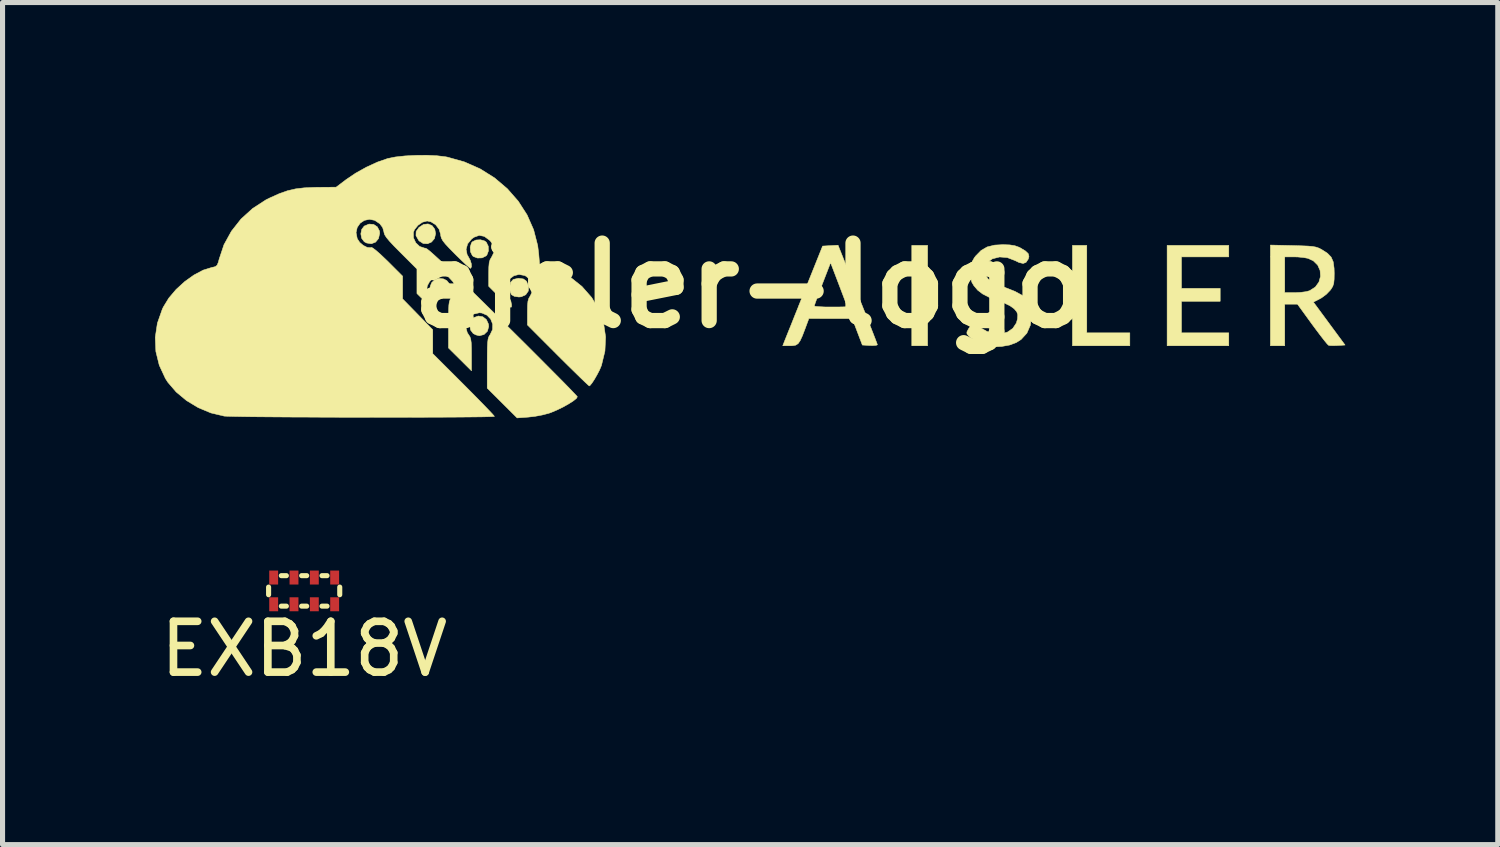
<source format=kicad_pcb>
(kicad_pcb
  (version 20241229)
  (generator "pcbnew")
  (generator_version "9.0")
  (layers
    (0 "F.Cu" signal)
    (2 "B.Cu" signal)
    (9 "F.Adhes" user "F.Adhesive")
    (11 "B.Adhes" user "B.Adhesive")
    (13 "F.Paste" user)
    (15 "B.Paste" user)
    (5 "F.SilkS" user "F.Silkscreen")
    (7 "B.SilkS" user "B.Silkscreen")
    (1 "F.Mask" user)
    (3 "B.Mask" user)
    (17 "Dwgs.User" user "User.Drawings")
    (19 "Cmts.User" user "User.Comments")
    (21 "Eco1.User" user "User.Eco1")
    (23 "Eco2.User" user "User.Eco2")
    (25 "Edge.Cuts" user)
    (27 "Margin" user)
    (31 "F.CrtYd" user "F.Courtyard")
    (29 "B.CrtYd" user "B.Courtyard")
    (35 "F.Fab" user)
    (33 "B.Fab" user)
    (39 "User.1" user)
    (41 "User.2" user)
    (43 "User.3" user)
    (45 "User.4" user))
  (footprint "EXB18V"
    (layer "F.Cu")
    (at 2.935 8.577)
    (property "Reference" "EXB18V" (at 0 1.143 0) (layer "F.SilkS") (effects (font (size 1 1) (thickness 0.15))))
    (attr through_hole)
    (fp_line (start -0.7 -0.075) (end -0.7 0.075) (stroke (width 0.1) (type solid)) (layer "F.SilkS"))
    (fp_line (start -0.45 -0.3) (end -0.35 -0.3) (stroke (width 0.1) (type solid)) (layer "F.SilkS"))
    (fp_line (start -0.45 0.3) (end -0.35 0.3) (stroke (width 0.1) (type solid)) (layer "F.SilkS"))
    (fp_line (start -0.05 -0.3) (end 0.05 -0.3) (stroke (width 0.1) (type solid)) (layer "F.SilkS"))
    (fp_line (start -0.05 0.3) (end 0.05 0.3) (stroke (width 0.1) (type solid)) (layer "F.SilkS"))
    (fp_line (start 0.35 -0.3) (end 0.45 -0.3) (stroke (width 0.1) (type solid)) (layer "F.SilkS"))
    (fp_line (start 0.35 0.3) (end 0.45 0.3) (stroke (width 0.1) (type solid)) (layer "F.SilkS"))
    (fp_line (start 0.7 -0.075) (end 0.7 0.075) (stroke (width 0.1) (type solid)) (layer "F.SilkS"))
    (pad "1" smd rect (at -0.6 0.263) (size 0.175 0.275) (layers "F.Cu" "F.Mask" "F.Paste"))
    (pad "2" smd rect (at -0.2 0.263) (size 0.175 0.275) (layers "F.Cu" "F.Mask" "F.Paste"))
    (pad "3" smd rect (at 0.2 0.263) (size 0.175 0.275) (layers "F.Cu" "F.Mask" "F.Paste"))
    (pad "4" smd rect (at 0.6 0.263) (size 0.175 0.275) (layers "F.Cu" "F.Mask" "F.Paste"))
    (pad "5" smd rect (at 0.6 -0.263) (size 0.175 0.275) (layers "F.Cu" "F.Mask" "F.Paste"))
    (pad "6" smd rect (at 0.2 -0.263) (size 0.175 0.275) (layers "F.Cu" "F.Mask" "F.Paste"))
    (pad "7" smd rect (at -0.2 -0.263) (size 0.175 0.275) (layers "F.Cu" "F.Mask" "F.Paste"))
    (pad "8" smd rect (at -0.6 -0.263) (size 0.175 0.275) (layers "F.Cu" "F.Mask" "F.Paste")))
  (footprint "aisler-logo"
    (layer "F.Cu")
    (at 11.702 2.568)
    (property "Reference" "aisler-logo" (at 0 0 0) (layer "F.SilkS") (effects (font (size 1.524 1.524) (thickness 0.3))))
    (attr through_hole)
    (fp_poly (pts (xy 3.5 1.185) (xy 3.189 1.185) (xy 3.189 -0.79) (xy 3.5 -0.79) (xy 3.5 1.185)) (stroke (width 0.01) (type solid)) (fill yes) (layer "F.SilkS"))
    (fp_poly (pts (xy 6.632 0.931) (xy 7.479 0.931) (xy 7.479 1.185) (xy 6.35 1.185) (xy 6.35 -0.79) (xy 6.632 -0.79) (xy 6.632 0.931)) (stroke (width 0.01) (type solid)) (fill yes) (layer "F.SilkS"))
    (fp_poly (pts (xy 9.426 -0.564) (xy 8.495 -0.564) (xy 8.495 0.056) (xy 9.257 0.056) (xy 9.257 0.31) (xy 8.495 0.31) (xy 8.495 0.931) (xy 9.426 0.931) (xy 9.426 1.185) (xy 8.213 1.185) (xy 8.213 -0.79) (xy 9.426 -0.79) (xy 9.426 -0.564)) (stroke (width 0.01) (type solid)) (fill yes) (layer "F.SilkS"))
    (fp_poly (pts (xy -7.4 -1.202) (xy -7.328 -1.155) (xy -7.286 -1.074) (xy -7.281 -1.029) (xy -7.304 -0.925) (xy -7.362 -0.854) (xy -7.445 -0.822) (xy -7.539 -0.837) (xy -7.585 -0.862) (xy -7.635 -0.928) (xy -7.652 -1.016) (xy -7.635 -1.104) (xy -7.585 -1.17) (xy -7.491 -1.209) (xy -7.4 -1.202)) (stroke (width 0.01) (type solid)) (fill yes) (layer "F.SilkS"))
    (fp_poly (pts (xy -6.025 -0.13) (xy -5.961 -0.097) (xy -5.911 -0.035) (xy -5.898 0.044) (xy -5.92 0.147) (xy -5.978 0.218) (xy -6.057 0.25) (xy -6.147 0.237) (xy -6.224 0.185) (xy -6.279 0.1) (xy -6.287 0.016) (xy -6.257 -0.058) (xy -6.198 -0.114) (xy -6.117 -0.141) (xy -6.025 -0.13)) (stroke (width 0.01) (type solid)) (fill yes) (layer "F.SilkS"))
    (fp_poly (pts (xy -6.251 -1.179) (xy -6.197 -1.108) (xy -6.181 -1.021) (xy -6.203 -0.924) (xy -6.261 -0.856) (xy -6.339 -0.822) (xy -6.425 -0.827) (xy -6.504 -0.877) (xy -6.517 -0.893) (xy -6.567 -0.983) (xy -6.564 -1.063) (xy -6.507 -1.144) (xy -6.507 -1.144) (xy -6.418 -1.202) (xy -6.329 -1.212) (xy -6.251 -1.179)) (stroke (width 0.01) (type solid)) (fill yes) (layer "F.SilkS"))
    (fp_poly (pts (xy -5.252 0.615) (xy -5.181 0.671) (xy -5.141 0.759) (xy -5.136 0.805) (xy -5.161 0.899) (xy -5.228 0.964) (xy -5.32 0.988) (xy -5.387 0.972) (xy -5.441 0.944) (xy -5.492 0.877) (xy -5.508 0.789) (xy -5.489 0.701) (xy -5.436 0.634) (xy -5.433 0.633) (xy -5.34 0.6) (xy -5.252 0.615)) (stroke (width 0.01) (type solid)) (fill yes) (layer "F.SilkS"))
    (fp_poly (pts (xy -5.215 -0.876) (xy -5.183 -0.852) (xy -5.145 -0.774) (xy -5.141 -0.682) (xy -5.171 -0.602) (xy -5.188 -0.583) (xy -5.266 -0.544) (xy -5.357 -0.541) (xy -5.437 -0.571) (xy -5.457 -0.588) (xy -5.494 -0.663) (xy -5.5 -0.755) (xy -5.476 -0.836) (xy -5.459 -0.859) (xy -5.388 -0.895) (xy -5.298 -0.9) (xy -5.215 -0.876)) (stroke (width 0.01) (type solid)) (fill yes) (layer "F.SilkS"))
    (fp_poly (pts (xy -4.453 -0.129) (xy -4.396 -0.087) (xy -4.39 -0.078) (xy -4.349 0.019) (xy -4.357 0.109) (xy -4.407 0.181) (xy -4.494 0.221) (xy -4.542 0.226) (xy -4.63 0.213) (xy -4.687 0.181) (xy -4.713 0.122) (xy -4.724 0.043) (xy -4.724 0.042) (xy -4.707 -0.059) (xy -4.654 -0.119) (xy -4.559 -0.141) (xy -4.542 -0.141) (xy -4.453 -0.129)) (stroke (width 0.01) (type solid)) (fill yes) (layer "F.SilkS"))
    (fp_poly (pts (xy 10.689 -0.786) (xy 10.86 -0.781) (xy 10.985 -0.776) (xy 11.075 -0.768) (xy 11.141 -0.756) (xy 11.194 -0.738) (xy 11.244 -0.713) (xy 11.258 -0.705) (xy 11.368 -0.634) (xy 11.44 -0.559) (xy 11.481 -0.466) (xy 11.498 -0.34) (xy 11.501 -0.243) (xy 11.499 -0.123) (xy 11.491 -0.043) (xy 11.472 0.016) (xy 11.439 0.07) (xy 11.421 0.094) (xy 11.345 0.173) (xy 11.249 0.244) (xy 11.216 0.262) (xy 11.091 0.326) (xy 11.714 1.171) (xy 11.568 1.18) (xy 11.479 1.183) (xy 11.411 1.18) (xy 11.39 1.176) (xy 11.363 1.15) (xy 11.31 1.086) (xy 11.236 0.991) (xy 11.147 0.873) (xy 11.067 0.765) (xy 10.778 0.367) (xy 10.527 0.367) (xy 10.527 1.185) (xy 10.245 1.185) (xy 10.245 0.141) (xy 10.527 0.141) (xy 10.725 0.141) (xy 10.841 0.135) (xy 10.948 0.121) (xy 11.017 0.102) (xy 11.129 0.03) (xy 11.2 -0.068) (xy 11.231 -0.18) (xy 11.223 -0.295) (xy 11.176 -0.401) (xy 11.09 -0.486) (xy 10.984 -0.535) (xy 10.897 -0.551) (xy 10.784 -0.562) (xy 10.703 -0.564) (xy 10.527 -0.564) (xy 10.527 0.141) (xy 10.245 0.141) (xy 10.245 -0.796) (xy 10.689 -0.786)) (stroke (width 0.01) (type solid)) (fill yes) (layer "F.SilkS"))
    (fp_poly (pts (xy 2.125 0.175) (xy 2.213 0.396) (xy 2.294 0.6) (xy 2.365 0.781) (xy 2.425 0.935) (xy 2.471 1.054) (xy 2.501 1.133) (xy 2.512 1.166) (xy 2.512 1.166) (xy 2.486 1.177) (xy 2.421 1.181) (xy 2.364 1.18) (xy 2.216 1.171) (xy 2.117 0.911) (xy 2.018 0.65) (xy 1.164 0.649) (xy 1.088 0.854) (xy 1.035 0.992) (xy 0.992 1.085) (xy 0.952 1.143) (xy 0.905 1.173) (xy 0.845 1.184) (xy 0.79 1.185) (xy 0.65 1.185) (xy 0.697 1.065) (xy 0.719 1.01) (xy 0.759 0.91) (xy 0.815 0.772) (xy 0.882 0.603) (xy 0.959 0.412) (xy 0.962 0.403) (xy 1.27 0.403) (xy 1.296 0.411) (xy 1.368 0.417) (xy 1.474 0.422) (xy 1.595 0.423) (xy 1.722 0.423) (xy 1.826 0.421) (xy 1.896 0.419) (xy 1.919 0.416) (xy 1.909 0.389) (xy 1.883 0.318) (xy 1.843 0.212) (xy 1.793 0.08) (xy 1.755 -0.02) (xy 1.591 -0.45) (xy 1.43 -0.034) (xy 1.376 0.109) (xy 1.329 0.234) (xy 1.294 0.33) (xy 1.274 0.389) (xy 1.27 0.403) (xy 0.962 0.403) (xy 1.042 0.204) (xy 1.089 0.085) (xy 1.434 -0.776) (xy 1.738 -0.793) (xy 2.125 0.175)) (stroke (width 0.01) (type solid)) (fill yes) (layer "F.SilkS"))
    (fp_poly (pts (xy 5.117 -0.799) (xy 5.217 -0.783) (xy 5.3 -0.753) (xy 5.322 -0.742) (xy 5.425 -0.68) (xy 5.481 -0.626) (xy 5.494 -0.57) (xy 5.48 -0.52) (xy 5.437 -0.456) (xy 5.38 -0.434) (xy 5.299 -0.453) (xy 5.223 -0.49) (xy 5.068 -0.55) (xy 4.917 -0.562) (xy 4.78 -0.527) (xy 4.769 -0.522) (xy 4.682 -0.456) (xy 4.638 -0.364) (xy 4.628 -0.271) (xy 4.643 -0.196) (xy 4.691 -0.129) (xy 4.779 -0.067) (xy 4.913 -0.004) (xy 5.031 0.041) (xy 5.22 0.116) (xy 5.359 0.192) (xy 5.454 0.276) (xy 5.513 0.374) (xy 5.541 0.494) (xy 5.546 0.59) (xy 5.522 0.78) (xy 5.453 0.938) (xy 5.339 1.062) (xy 5.243 1.123) (xy 5.113 1.171) (xy 4.956 1.199) (xy 4.798 1.206) (xy 4.671 1.189) (xy 4.56 1.149) (xy 4.445 1.092) (xy 4.349 1.029) (xy 4.308 0.993) (xy 4.275 0.951) (xy 4.273 0.915) (xy 4.301 0.86) (xy 4.307 0.849) (xy 4.352 0.789) (xy 4.401 0.768) (xy 4.466 0.785) (xy 4.56 0.841) (xy 4.568 0.847) (xy 4.66 0.899) (xy 4.751 0.938) (xy 4.787 0.948) (xy 4.937 0.954) (xy 5.071 0.917) (xy 5.177 0.843) (xy 5.247 0.737) (xy 5.269 0.658) (xy 5.274 0.574) (xy 5.254 0.517) (xy 5.203 0.457) (xy 5.119 0.397) (xy 4.991 0.336) (xy 4.891 0.299) (xy 4.714 0.233) (xy 4.583 0.166) (xy 4.485 0.091) (xy 4.409 0.001) (xy 4.408 -0.001) (xy 4.371 -0.064) (xy 4.353 -0.129) (xy 4.349 -0.215) (xy 4.352 -0.288) (xy 4.362 -0.401) (xy 4.382 -0.48) (xy 4.42 -0.547) (xy 4.447 -0.582) (xy 4.553 -0.69) (xy 4.672 -0.759) (xy 4.818 -0.795) (xy 4.981 -0.804) (xy 5.117 -0.799)) (stroke (width 0.01) (type solid)) (fill yes) (layer "F.SilkS"))
    (fp_poly (pts (xy -6.15 -2.553) (xy -5.979 -2.532) (xy -5.952 -2.527) (xy -5.616 -2.433) (xy -5.305 -2.296) (xy -5.021 -2.118) (xy -4.77 -1.905) (xy -4.555 -1.66) (xy -4.381 -1.39) (xy -4.252 -1.097) (xy -4.172 -0.786) (xy -4.152 -0.623) (xy -4.135 -0.413) (xy -3.996 -0.378) (xy -3.756 -0.291) (xy -3.521 -0.157) (xy -3.303 0.017) (xy -3.299 0.021) (xy -3.109 0.237) (xy -2.967 0.479) (xy -2.876 0.739) (xy -2.836 1.011) (xy -2.849 1.29) (xy -2.917 1.57) (xy -2.921 1.581) (xy -2.955 1.662) (xy -3.003 1.754) (xy -3.055 1.845) (xy -3.105 1.921) (xy -3.143 1.967) (xy -3.157 1.976) (xy -3.181 1.956) (xy -3.239 1.902) (xy -3.328 1.817) (xy -3.44 1.707) (xy -3.573 1.577) (xy -3.72 1.431) (xy -3.775 1.376) (xy -4.374 0.776) (xy -4.374 0.526) (xy -4.372 0.398) (xy -4.364 0.311) (xy -4.347 0.252) (xy -4.319 0.206) (xy -4.318 0.205) (xy -4.271 0.105) (xy -4.272 -0.003) (xy -4.314 -0.103) (xy -4.395 -0.179) (xy -4.429 -0.197) (xy -4.54 -0.218) (xy -4.641 -0.192) (xy -4.723 -0.132) (xy -4.778 -0.046) (xy -4.8 0.055) (xy -4.78 0.16) (xy -4.741 0.226) (xy -4.701 0.305) (xy -4.686 0.38) (xy -4.687 0.415) (xy -4.697 0.429) (xy -4.722 0.418) (xy -4.768 0.379) (xy -4.844 0.306) (xy -4.911 0.24) (xy -5.136 0.015) (xy -5.136 -0.235) (xy -5.134 -0.363) (xy -5.126 -0.45) (xy -5.109 -0.509) (xy -5.081 -0.555) (xy -5.08 -0.557) (xy -5.029 -0.659) (xy -5.034 -0.762) (xy -5.095 -0.866) (xy -5.12 -0.892) (xy -5.222 -0.967) (xy -5.323 -0.987) (xy -5.425 -0.95) (xy -5.472 -0.916) (xy -5.551 -0.82) (xy -5.581 -0.713) (xy -5.561 -0.608) (xy -5.535 -0.563) (xy -5.5 -0.498) (xy -5.478 -0.427) (xy -5.475 -0.368) (xy -5.492 -0.339) (xy -5.497 -0.339) (xy -5.524 -0.358) (xy -5.582 -0.41) (xy -5.664 -0.488) (xy -5.763 -0.584) (xy -5.797 -0.618) (xy -5.91 -0.733) (xy -5.988 -0.817) (xy -6.038 -0.88) (xy -6.066 -0.931) (xy -6.079 -0.977) (xy -6.081 -1.004) (xy -6.112 -1.107) (xy -6.18 -1.196) (xy -6.272 -1.254) (xy -6.348 -1.27) (xy -6.44 -1.246) (xy -6.529 -1.184) (xy -6.596 -1.101) (xy -6.618 -1.046) (xy -6.616 -0.938) (xy -6.571 -0.841) (xy -6.494 -0.768) (xy -6.395 -0.735) (xy -6.377 -0.734) (xy -6.349 -0.719) (xy -6.292 -0.674) (xy -6.206 -0.598) (xy -6.087 -0.489) (xy -5.936 -0.346) (xy -5.752 -0.168) (xy -5.532 0.046) (xy -5.275 0.298) (xy -4.981 0.588) (xy -4.858 0.71) (xy -4.62 0.946) (xy -4.393 1.171) (xy -4.182 1.382) (xy -3.989 1.576) (xy -3.817 1.749) (xy -3.67 1.897) (xy -3.551 2.019) (xy -3.463 2.111) (xy -3.409 2.168) (xy -3.392 2.189) (xy -3.411 2.222) (xy -3.471 2.27) (xy -3.561 2.328) (xy -3.671 2.39) (xy -3.79 2.448) (xy -3.906 2.497) (xy -3.951 2.513) (xy -4.077 2.546) (xy -4.225 2.574) (xy -4.356 2.589) (xy -4.577 2.605) (xy -5.165 2.019) (xy -5.165 1.529) (xy -5.164 1.349) (xy -5.162 1.217) (xy -5.157 1.124) (xy -5.149 1.059) (xy -5.137 1.015) (xy -5.119 0.982) (xy -5.108 0.967) (xy -5.06 0.866) (xy -5.058 0.76) (xy -5.097 0.661) (xy -5.17 0.584) (xy -5.27 0.541) (xy -5.32 0.536) (xy -5.43 0.561) (xy -5.516 0.625) (xy -5.57 0.716) (xy -5.586 0.82) (xy -5.558 0.926) (xy -5.532 0.967) (xy -5.506 1.006) (xy -5.49 1.055) (xy -5.48 1.125) (xy -5.476 1.229) (xy -5.475 1.358) (xy -5.475 1.678) (xy -5.701 1.453) (xy -5.927 1.229) (xy -5.927 0.771) (xy -5.926 0.6) (xy -5.924 0.475) (xy -5.92 0.386) (xy -5.911 0.324) (xy -5.896 0.278) (xy -5.875 0.238) (xy -5.856 0.209) (xy -5.804 0.119) (xy -5.79 0.047) (xy -5.814 -0.028) (xy -5.842 -0.078) (xy -5.93 -0.172) (xy -6.045 -0.221) (xy -6.101 -0.226) (xy -6.165 -0.203) (xy -6.237 -0.146) (xy -6.302 -0.072) (xy -6.343 0.003) (xy -6.35 0.038) (xy -6.34 0.112) (xy -6.315 0.185) (xy -6.284 0.239) (xy -6.261 0.254) (xy -6.246 0.279) (xy -6.237 0.341) (xy -6.237 0.359) (xy -6.237 0.464) (xy -6.548 0.157) (xy -6.548 -0.325) (xy -6.872 -0.649) (xy -6.999 -0.777) (xy -7.089 -0.874) (xy -7.148 -0.945) (xy -7.182 -0.998) (xy -7.196 -1.04) (xy -7.197 -1.053) (xy -7.223 -1.142) (xy -7.279 -1.216) (xy -7.379 -1.283) (xy -7.483 -1.303) (xy -7.582 -1.282) (xy -7.665 -1.227) (xy -7.723 -1.144) (xy -7.746 -1.041) (xy -7.723 -0.923) (xy -7.721 -0.919) (xy -7.674 -0.848) (xy -7.604 -0.789) (xy -7.527 -0.75) (xy -7.462 -0.744) (xy -7.446 -0.751) (xy -7.417 -0.738) (xy -7.356 -0.692) (xy -7.271 -0.618) (xy -7.171 -0.523) (xy -7.123 -0.477) (xy -6.83 -0.184) (xy -6.83 0.263) (xy -6.533 0.567) (xy -6.237 0.871) (xy -6.237 1.341) (xy -5.63 1.947) (xy -5.479 2.099) (xy -5.341 2.239) (xy -5.223 2.36) (xy -5.127 2.46) (xy -5.06 2.531) (xy -5.027 2.57) (xy -5.024 2.575) (xy -5.051 2.578) (xy -5.13 2.581) (xy -5.256 2.584) (xy -5.425 2.586) (xy -5.63 2.588) (xy -5.869 2.59) (xy -6.135 2.591) (xy -6.425 2.592) (xy -6.733 2.593) (xy -7.055 2.593) (xy -7.386 2.593) (xy -7.721 2.592) (xy -8.056 2.592) (xy -8.386 2.591) (xy -8.705 2.589) (xy -9.01 2.588) (xy -9.296 2.586) (xy -9.557 2.584) (xy -9.789 2.582) (xy -9.988 2.579) (xy -10.148 2.576) (xy -10.265 2.573) (xy -10.334 2.57) (xy -10.346 2.568) (xy -10.602 2.507) (xy -10.851 2.403) (xy -11.083 2.263) (xy -11.286 2.094) (xy -11.449 1.904) (xy -11.498 1.828) (xy -11.618 1.569) (xy -11.685 1.298) (xy -11.697 1.02) (xy -11.655 0.741) (xy -11.558 0.465) (xy -11.538 0.423) (xy -11.431 0.248) (xy -11.287 0.078) (xy -11.119 -0.076) (xy -10.937 -0.206) (xy -10.754 -0.303) (xy -10.579 -0.357) (xy -10.57 -0.358) (xy -10.513 -0.372) (xy -10.479 -0.401) (xy -10.455 -0.46) (xy -10.44 -0.518) (xy -10.345 -0.803) (xy -10.199 -1.068) (xy -10.01 -1.308) (xy -9.781 -1.516) (xy -9.519 -1.686) (xy -9.44 -1.725) (xy -9.258 -1.807) (xy -9.097 -1.864) (xy -8.939 -1.901) (xy -8.766 -1.922) (xy -8.56 -1.931) (xy -8.507 -1.932) (xy -8.138 -1.935) (xy -7.943 -2.083) (xy -7.754 -2.211) (xy -7.54 -2.33) (xy -7.324 -2.429) (xy -7.126 -2.498) (xy -6.973 -2.529) (xy -6.782 -2.55) (xy -6.569 -2.561) (xy -6.353 -2.563) (xy -6.15 -2.553)) (stroke (width 0.01) (type solid)) (fill yes) (layer "F.SilkS")))
  (gr_rect
    (start -3 -3)
    (end 26.421 13.569)
    (stroke (width 0.1) (type default))
    (fill no)
    (layer "Edge.Cuts")))
</source>
